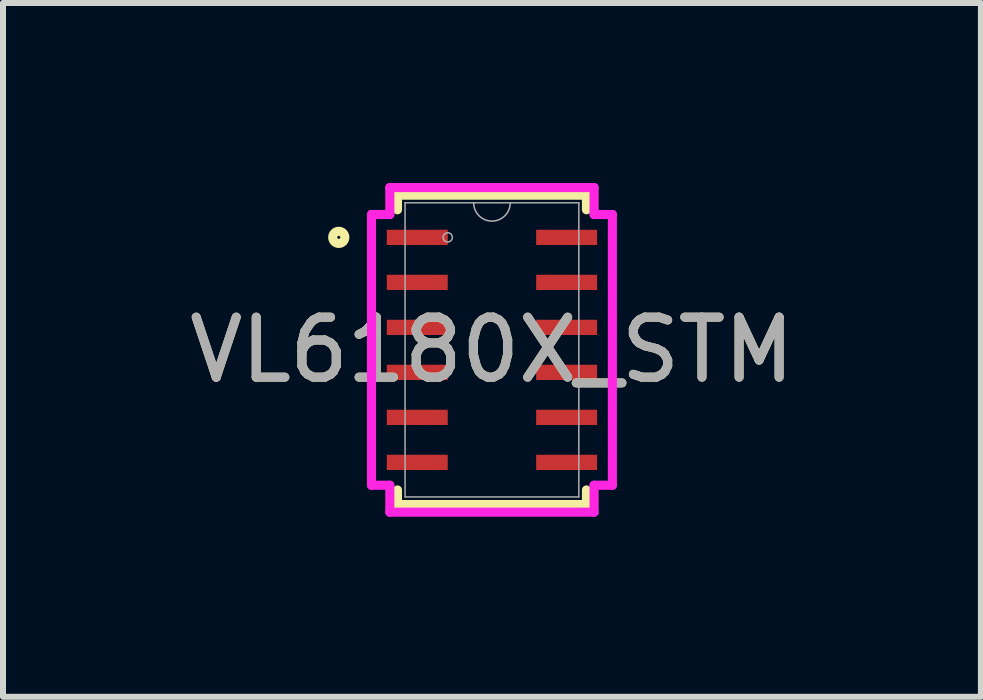
<source format=kicad_pcb>
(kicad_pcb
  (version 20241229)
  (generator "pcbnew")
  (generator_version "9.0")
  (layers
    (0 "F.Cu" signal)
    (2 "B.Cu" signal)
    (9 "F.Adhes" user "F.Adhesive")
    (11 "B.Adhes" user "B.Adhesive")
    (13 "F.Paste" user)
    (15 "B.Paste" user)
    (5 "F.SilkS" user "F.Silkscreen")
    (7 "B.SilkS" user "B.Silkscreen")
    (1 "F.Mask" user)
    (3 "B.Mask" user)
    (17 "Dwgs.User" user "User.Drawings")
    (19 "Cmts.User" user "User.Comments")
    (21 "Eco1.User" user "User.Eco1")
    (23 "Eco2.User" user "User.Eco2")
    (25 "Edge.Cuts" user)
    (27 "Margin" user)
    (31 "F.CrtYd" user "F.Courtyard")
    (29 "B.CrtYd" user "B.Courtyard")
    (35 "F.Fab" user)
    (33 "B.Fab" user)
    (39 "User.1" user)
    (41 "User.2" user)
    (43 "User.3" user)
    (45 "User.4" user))
  (footprint "VL6180X_STM"
    (layer "F.Cu")
    (at 5.149 2.781)
    (property "Reference" "VL6180X_STM" (at 0 0 0) (unlocked yes) (layer "F.SilkS") (effects (font (size 1 1) (thickness 0.15))))
    (attr smd)
    (fp_line (start -1.575 -2.578) (end -1.575 -2.335) (stroke (width 0.152) (type solid)) (layer "F.SilkS"))
    (fp_line (start -1.575 2.335) (end -1.575 2.578) (stroke (width 0.152) (type solid)) (layer "F.SilkS"))
    (fp_line (start -1.575 2.578) (end 1.575 2.578) (stroke (width 0.152) (type solid)) (layer "F.SilkS"))
    (fp_line (start 1.575 -2.578) (end -1.575 -2.578) (stroke (width 0.152) (type solid)) (layer "F.SilkS"))
    (fp_line (start 1.575 -2.335) (end 1.575 -2.578) (stroke (width 0.152) (type solid)) (layer "F.SilkS"))
    (fp_line (start 1.575 2.578) (end 1.575 2.335) (stroke (width 0.152) (type solid)) (layer "F.SilkS"))
    (fp_circle (center -2.553 -1.875) (end -2.452 -1.875) (stroke (width 0.152) (type solid)) (fill no) (layer "F.SilkS"))
    (fp_line (start -2.007 -2.256) (end -1.702 -2.256) (stroke (width 0.152) (type solid)) (layer "F.CrtYd"))
    (fp_line (start -2.007 2.256) (end -2.007 -2.256) (stroke (width 0.152) (type solid)) (layer "F.CrtYd"))
    (fp_line (start -2.007 2.256) (end -1.702 2.256) (stroke (width 0.152) (type solid)) (layer "F.CrtYd"))
    (fp_line (start -1.702 -2.705) (end 1.702 -2.705) (stroke (width 0.152) (type solid)) (layer "F.CrtYd"))
    (fp_line (start -1.702 -2.256) (end -1.702 -2.705) (stroke (width 0.152) (type solid)) (layer "F.CrtYd"))
    (fp_line (start -1.702 2.705) (end -1.702 2.256) (stroke (width 0.152) (type solid)) (layer "F.CrtYd"))
    (fp_line (start 1.702 -2.705) (end 1.702 -2.256) (stroke (width 0.152) (type solid)) (layer "F.CrtYd"))
    (fp_line (start 1.702 2.256) (end 1.702 2.705) (stroke (width 0.152) (type solid)) (layer "F.CrtYd"))
    (fp_line (start 1.702 2.705) (end -1.702 2.705) (stroke (width 0.152) (type solid)) (layer "F.CrtYd"))
    (fp_line (start 2.007 -2.256) (end 1.702 -2.256) (stroke (width 0.152) (type solid)) (layer "F.CrtYd"))
    (fp_line (start 2.007 -2.256) (end 2.007 2.256) (stroke (width 0.152) (type solid)) (layer "F.CrtYd"))
    (fp_line (start 2.007 2.256) (end 1.702 2.256) (stroke (width 0.152) (type solid)) (layer "F.CrtYd"))
    (fp_line (start -1.448 -2.451) (end -1.448 2.451) (stroke (width 0.025) (type solid)) (layer "F.Fab"))
    (fp_line (start -1.448 2.451) (end 1.448 2.451) (stroke (width 0.025) (type solid)) (layer "F.Fab"))
    (fp_line (start 1.448 -2.451) (end -1.448 -2.451) (stroke (width 0.025) (type solid)) (layer "F.Fab"))
    (fp_line (start 1.448 2.451) (end 1.448 -2.451) (stroke (width 0.025) (type solid)) (layer "F.Fab"))
    (fp_arc (start 0.3048 -2.4511) (mid 0 -2.1463) (end -0.3048 -2.4511) (stroke (width 0.0254) (type solid)) (layer "F.Fab"))
    (fp_circle (center -0.737 -1.875) (end -0.66 -1.875) (stroke (width 0.025) (type solid)) (fill no) (layer "F.Fab"))
    (fp_text user "${REFERENCE}" (at 0 0 0) (unlocked yes) (layer "F.Fab") (effects (font (size 1 1) (thickness 0.15))))
    (pad "1" smd rect (at -1.245 -1.875) (size 1.016 0.254) (layers "F.Cu" "F.Mask" "F.Paste"))
    (pad "2" smd rect (at -1.245 -1.125) (size 1.016 0.254) (layers "F.Cu" "F.Mask" "F.Paste"))
    (pad "3" smd rect (at -1.245 -0.375) (size 1.016 0.254) (layers "F.Cu" "F.Mask" "F.Paste"))
    (pad "4" smd rect (at -1.245 0.375) (size 1.016 0.254) (layers "F.Cu" "F.Mask" "F.Paste"))
    (pad "5" smd rect (at -1.245 1.125) (size 1.016 0.254) (layers "F.Cu" "F.Mask" "F.Paste"))
    (pad "6" smd rect (at -1.245 1.875) (size 1.016 0.254) (layers "F.Cu" "F.Mask" "F.Paste"))
    (pad "7" smd rect (at 1.245 1.875) (size 1.016 0.254) (layers "F.Cu" "F.Mask" "F.Paste"))
    (pad "8" smd rect (at 1.245 1.125) (size 1.016 0.254) (layers "F.Cu" "F.Mask" "F.Paste"))
    (pad "9" smd rect (at 1.245 0.375) (size 1.016 0.254) (layers "F.Cu" "F.Mask" "F.Paste"))
    (pad "10" smd rect (at 1.245 -0.375) (size 1.016 0.254) (layers "F.Cu" "F.Mask" "F.Paste"))
    (pad "11" smd rect (at 1.245 -1.125) (size 1.016 0.254) (layers "F.Cu" "F.Mask" "F.Paste"))
    (pad "12" smd rect (at 1.245 -1.875) (size 1.016 0.254) (layers "F.Cu" "F.Mask" "F.Paste")))
  (gr_rect
    (start -3 -3)
    (end 13.298 8.563)
    (stroke (width 0.1) (type default))
    (fill no)
    (layer "Edge.Cuts")))
</source>
